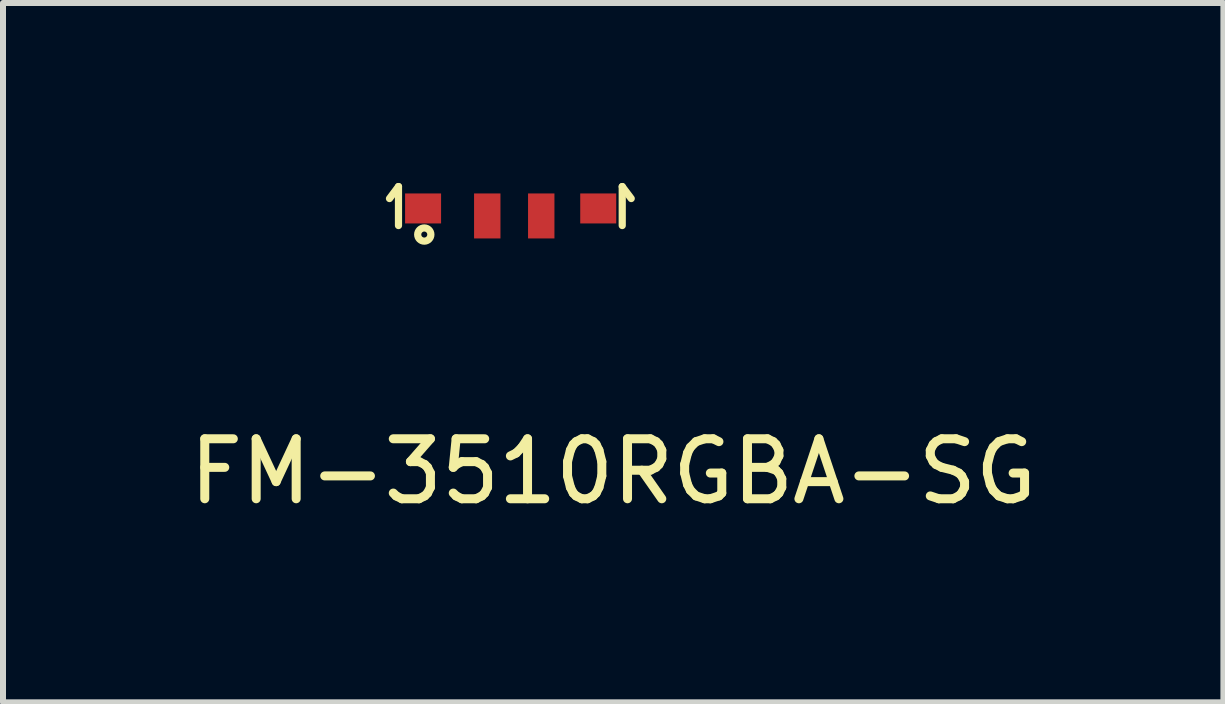
<source format=kicad_pcb>
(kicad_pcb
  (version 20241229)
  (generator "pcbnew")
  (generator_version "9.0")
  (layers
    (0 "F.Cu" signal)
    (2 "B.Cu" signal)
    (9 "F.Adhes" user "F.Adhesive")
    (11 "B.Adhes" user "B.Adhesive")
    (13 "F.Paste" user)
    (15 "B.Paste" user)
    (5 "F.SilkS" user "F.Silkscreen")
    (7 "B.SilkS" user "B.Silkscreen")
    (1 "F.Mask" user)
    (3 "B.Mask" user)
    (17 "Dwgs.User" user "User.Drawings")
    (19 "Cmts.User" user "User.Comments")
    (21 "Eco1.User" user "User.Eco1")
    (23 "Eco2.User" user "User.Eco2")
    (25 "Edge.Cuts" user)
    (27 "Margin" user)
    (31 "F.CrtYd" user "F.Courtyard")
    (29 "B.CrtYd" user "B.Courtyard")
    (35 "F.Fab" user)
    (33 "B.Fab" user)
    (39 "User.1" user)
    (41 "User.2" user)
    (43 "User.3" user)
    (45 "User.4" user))
  (footprint "FM-3510RGBA-SG"
    (layer "F.Cu")
    (at 5.523 0.51)
    (property "Reference" "FM-3510RGBA-SG" (at 1.65 4.3 0) (layer "F.SilkS") (effects (font (size 1 1) (thickness 0.15))))
    (attr through_hole)
    (fp_line (start -1.93 -0.45) (end -2.08 -0.25) (stroke (width 0.12) (type solid)) (layer "F.SilkS"))
    (fp_line (start -1.93 0.2) (end -1.93 -0.45) (stroke (width 0.12) (type solid)) (layer "F.SilkS"))
    (fp_line (start 1.8 -0.45) (end 1.95 -0.25) (stroke (width 0.12) (type solid)) (layer "F.SilkS"))
    (fp_line (start 1.8 0.2) (end 1.8 -0.45) (stroke (width 0.12) (type solid)) (layer "F.SilkS"))
    (fp_circle (center -1.5 0.35) (end -1.45 0.35) (stroke (width 0.12) (type solid)) (fill no) (layer "F.SilkS"))
    (pad "1" smd rect (at -1.52 -0.085) (size 0.6 0.5) (layers "F.Cu" "F.Mask" "F.Paste"))
    (pad "2" smd rect (at -0.45 0.04) (size 0.44 0.75) (layers "F.Cu" "F.Mask" "F.Paste"))
    (pad "3" smd rect (at 0.45 0.04) (size 0.44 0.75) (layers "F.Cu" "F.Mask" "F.Paste"))
    (pad "4" smd rect (at 1.4 -0.085) (size 0.6 0.5) (layers "F.Cu" "F.Mask" "F.Paste")))
  (gr_rect
    (start -3 -3)
    (end 17.345 8.658)
    (stroke (width 0.1) (type default))
    (fill no)
    (layer "Edge.Cuts")))
</source>
